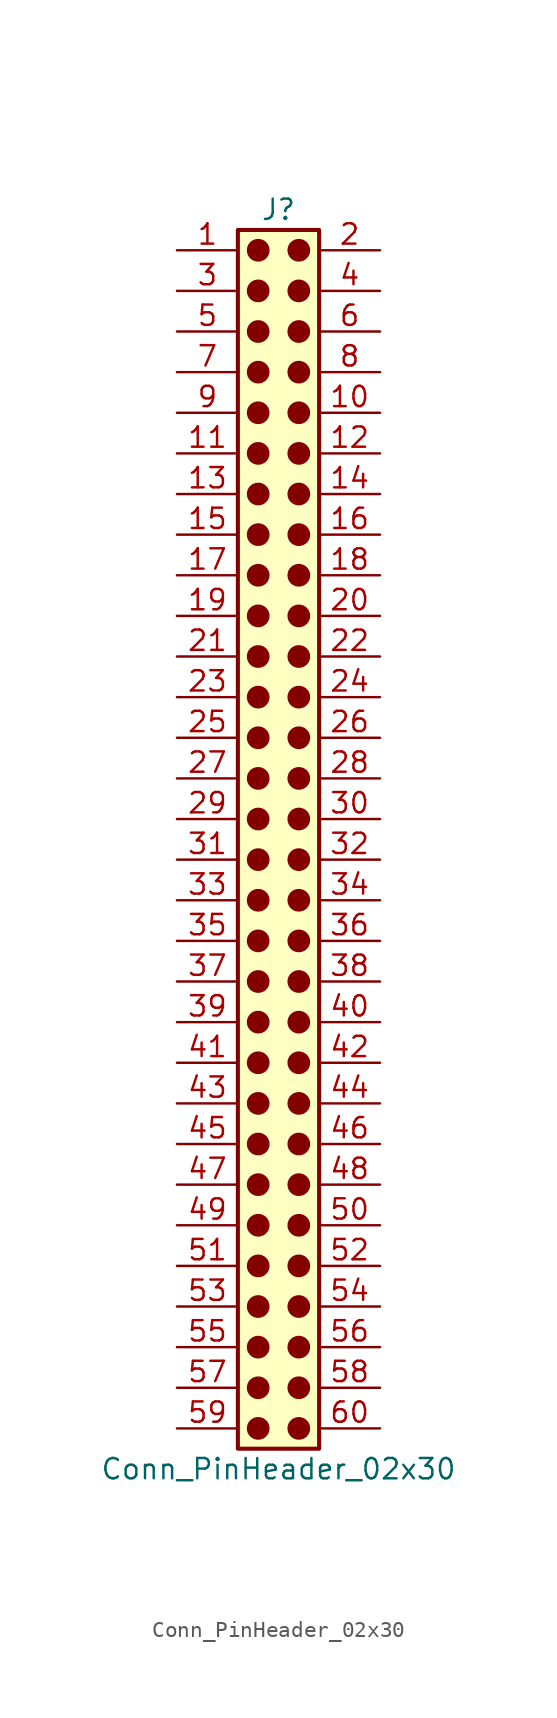
<source format=kicad_sym>
(kicad_symbol_lib
  (version 20241209)
  (generator "kicad_symbol_editor")
  (generator_version "9.0")
  (symbol "Conn_PinHeader_02x30"
    (pin_names
      (offset 1.016)
      (hide yes))
    (property "Reference" "J"
      (at 1.27 38.1 0)
      (effects (font (size 1.27 1.27))))
    (property "Value" "Conn_PinHeader_02x30"
      (at 1.27 -40.64 0)
      (effects (font (size 1.27 1.27))))
    (symbol "Conn_PinHeader_02x30_1_1"
      (rectangle (start -1.27 36.83) (end 3.81 -39.37) (stroke (width 0.254) (type default)) (fill (type background)))
      (circle (center 0 35.56) (radius 0.635) (stroke (width 0) (type solid) (color 132 0 0 1)) (fill (type outline)))
      (circle (center 0 33.02) (radius 0.635) (stroke (width 0) (type solid) (color 132 0 0 1)) (fill (type outline)))
      (circle (center 0 30.48) (radius 0.635) (stroke (width 0) (type solid) (color 132 0 0 1)) (fill (type outline)))
      (circle (center 0 27.94) (radius 0.635) (stroke (width 0) (type solid) (color 132 0 0 1)) (fill (type outline)))
      (circle (center 0 25.4) (radius 0.635) (stroke (width 0) (type solid) (color 132 0 0 1)) (fill (type outline)))
      (circle (center 0 22.86) (radius 0.635) (stroke (width 0) (type solid) (color 132 0 0 1)) (fill (type outline)))
      (circle (center 0 20.32) (radius 0.635) (stroke (width 0) (type solid) (color 132 0 0 1)) (fill (type outline)))
      (circle (center 0 17.78) (radius 0.635) (stroke (width 0) (type solid) (color 132 0 0 1)) (fill (type outline)))
      (circle (center 0 15.24) (radius 0.635) (stroke (width 0) (type solid) (color 132 0 0 1)) (fill (type outline)))
      (circle (center 0 12.7) (radius 0.635) (stroke (width 0) (type solid) (color 132 0 0 1)) (fill (type outline)))
      (circle (center 0 10.16) (radius 0.635) (stroke (width 0) (type solid) (color 132 0 0 1)) (fill (type outline)))
      (circle (center 0 7.62) (radius 0.635) (stroke (width 0) (type solid) (color 132 0 0 1)) (fill (type outline)))
      (circle (center 0 5.08) (radius 0.635) (stroke (width 0) (type solid) (color 132 0 0 1)) (fill (type outline)))
      (circle (center 0 2.54) (radius 0.635) (stroke (width 0) (type solid) (color 132 0 0 1)) (fill (type outline)))
      (circle (center 0 0) (radius 0.635) (stroke (width 0) (type solid) (color 132 0 0 1)) (fill (type outline)))
      (circle (center 0 -2.54) (radius 0.635) (stroke (width 0) (type solid) (color 132 0 0 1)) (fill (type outline)))
      (circle (center 0 -5.08) (radius 0.635) (stroke (width 0) (type solid) (color 132 0 0 1)) (fill (type outline)))
      (circle (center 0 -7.62) (radius 0.635) (stroke (width 0) (type solid) (color 132 0 0 1)) (fill (type outline)))
      (circle (center 0 -10.16) (radius 0.635) (stroke (width 0) (type solid) (color 132 0 0 1)) (fill (type outline)))
      (circle (center 0 -12.7) (radius 0.635) (stroke (width 0) (type solid) (color 132 0 0 1)) (fill (type outline)))
      (circle (center 0 -15.24) (radius 0.635) (stroke (width 0) (type solid) (color 132 0 0 1)) (fill (type outline)))
      (circle (center 0 -17.78) (radius 0.635) (stroke (width 0) (type solid) (color 132 0 0 1)) (fill (type outline)))
      (circle (center 0 -20.32) (radius 0.635) (stroke (width 0) (type solid) (color 132 0 0 1)) (fill (type outline)))
      (circle (center 0 -22.86) (radius 0.635) (stroke (width 0) (type solid) (color 132 0 0 1)) (fill (type outline)))
      (circle (center 0 -25.4) (radius 0.635) (stroke (width 0) (type solid) (color 132 0 0 1)) (fill (type outline)))
      (circle (center 0 -27.94) (radius 0.635) (stroke (width 0) (type solid) (color 132 0 0 1)) (fill (type outline)))
      (circle (center 0 -30.48) (radius 0.635) (stroke (width 0) (type solid) (color 132 0 0 1)) (fill (type outline)))
      (circle (center 0 -33.02) (radius 0.635) (stroke (width 0) (type solid) (color 132 0 0 1)) (fill (type outline)))
      (circle (center 0 -35.56) (radius 0.635) (stroke (width 0) (type solid) (color 132 0 0 1)) (fill (type outline)))
      (circle (center 0 -38.1) (radius 0.635) (stroke (width 0) (type solid) (color 132 0 0 1)) (fill (type outline)))
      (circle (center 2.54 35.56) (radius 0.635) (stroke (width 0) (type solid) (color 132 0 0 1)) (fill (type outline)))
      (circle (center 2.54 33.02) (radius 0.635) (stroke (width 0) (type solid) (color 132 0 0 1)) (fill (type outline)))
      (circle (center 2.54 30.48) (radius 0.635) (stroke (width 0) (type solid) (color 132 0 0 1)) (fill (type outline)))
      (circle (center 2.54 27.94) (radius 0.635) (stroke (width 0) (type solid) (color 132 0 0 1)) (fill (type outline)))
      (circle (center 2.54 25.4) (radius 0.635) (stroke (width 0) (type solid) (color 132 0 0 1)) (fill (type outline)))
      (circle (center 2.54 22.86) (radius 0.635) (stroke (width 0) (type solid) (color 132 0 0 1)) (fill (type outline)))
      (circle (center 2.54 20.32) (radius 0.635) (stroke (width 0) (type solid) (color 132 0 0 1)) (fill (type outline)))
      (circle (center 2.54 17.78) (radius 0.635) (stroke (width 0) (type solid) (color 132 0 0 1)) (fill (type outline)))
      (circle (center 2.54 15.24) (radius 0.635) (stroke (width 0) (type solid) (color 132 0 0 1)) (fill (type outline)))
      (circle (center 2.54 12.7) (radius 0.635) (stroke (width 0) (type solid) (color 132 0 0 1)) (fill (type outline)))
      (circle (center 2.54 10.16) (radius 0.635) (stroke (width 0) (type solid) (color 132 0 0 1)) (fill (type outline)))
      (circle (center 2.54 7.62) (radius 0.635) (stroke (width 0) (type solid) (color 132 0 0 1)) (fill (type outline)))
      (circle (center 2.54 5.08) (radius 0.635) (stroke (width 0) (type solid) (color 132 0 0 1)) (fill (type outline)))
      (circle (center 2.54 2.54) (radius 0.635) (stroke (width 0) (type solid) (color 132 0 0 1)) (fill (type outline)))
      (circle (center 2.54 0) (radius 0.635) (stroke (width 0) (type solid) (color 132 0 0 1)) (fill (type outline)))
      (circle (center 2.54 -2.54) (radius 0.635) (stroke (width 0) (type solid) (color 132 0 0 1)) (fill (type outline)))
      (circle (center 2.54 -5.08) (radius 0.635) (stroke (width 0) (type solid) (color 132 0 0 1)) (fill (type outline)))
      (circle (center 2.54 -7.62) (radius 0.635) (stroke (width 0) (type solid) (color 132 0 0 1)) (fill (type outline)))
      (circle (center 2.54 -10.16) (radius 0.635) (stroke (width 0) (type solid) (color 132 0 0 1)) (fill (type outline)))
      (circle (center 2.54 -12.7) (radius 0.635) (stroke (width 0) (type solid) (color 132 0 0 1)) (fill (type outline)))
      (circle (center 2.54 -15.24) (radius 0.635) (stroke (width 0) (type solid) (color 132 0 0 1)) (fill (type outline)))
      (circle (center 2.54 -17.78) (radius 0.635) (stroke (width 0) (type solid) (color 132 0 0 1)) (fill (type outline)))
      (circle (center 2.54 -20.32) (radius 0.635) (stroke (width 0) (type solid) (color 132 0 0 1)) (fill (type outline)))
      (circle (center 2.54 -22.86) (radius 0.635) (stroke (width 0) (type solid) (color 132 0 0 1)) (fill (type outline)))
      (circle (center 2.54 -25.4) (radius 0.635) (stroke (width 0) (type solid) (color 132 0 0 1)) (fill (type outline)))
      (circle (center 2.54 -27.94) (radius 0.635) (stroke (width 0) (type solid) (color 132 0 0 1)) (fill (type outline)))
      (circle (center 2.54 -30.48) (radius 0.635) (stroke (width 0) (type solid) (color 132 0 0 1)) (fill (type outline)))
      (circle (center 2.54 -33.02) (radius 0.635) (stroke (width 0) (type solid) (color 132 0 0 1)) (fill (type outline)))
      (circle (center 2.54 -35.56) (radius 0.635) (stroke (width 0) (type solid) (color 132 0 0 1)) (fill (type outline)))
      (circle (center 2.54 -38.1) (radius 0.635) (stroke (width 0) (type solid) (color 132 0 0 1)) (fill (type outline)))
      (pin passive line (at -5.08 35.56 0) (length 3.81) (name "Pin_1" (effects (font (size 1.27 1.27)))) (number "1" (effects (font (size 1.27 1.27)))))
      (pin passive line (at -5.08 33.02 0) (length 3.81) (name "Pin_3" (effects (font (size 1.27 1.27)))) (number "3" (effects (font (size 1.27 1.27)))))
      (pin passive line (at -5.08 30.48 0) (length 3.81) (name "Pin_5" (effects (font (size 1.27 1.27)))) (number "5" (effects (font (size 1.27 1.27)))))
      (pin passive line (at -5.08 27.94 0) (length 3.81) (name "Pin_7" (effects (font (size 1.27 1.27)))) (number "7" (effects (font (size 1.27 1.27)))))
      (pin passive line (at -5.08 25.4 0) (length 3.81) (name "Pin_9" (effects (font (size 1.27 1.27)))) (number "9" (effects (font (size 1.27 1.27)))))
      (pin passive line (at -5.08 22.86 0) (length 3.81) (name "Pin_11" (effects (font (size 1.27 1.27)))) (number "11" (effects (font (size 1.27 1.27)))))
      (pin passive line (at -5.08 20.32 0) (length 3.81) (name "Pin_13" (effects (font (size 1.27 1.27)))) (number "13" (effects (font (size 1.27 1.27)))))
      (pin passive line (at -5.08 17.78 0) (length 3.81) (name "Pin_15" (effects (font (size 1.27 1.27)))) (number "15" (effects (font (size 1.27 1.27)))))
      (pin passive line (at -5.08 15.24 0) (length 3.81) (name "Pin_17" (effects (font (size 1.27 1.27)))) (number "17" (effects (font (size 1.27 1.27)))))
      (pin passive line (at -5.08 12.7 0) (length 3.81) (name "Pin_19" (effects (font (size 1.27 1.27)))) (number "19" (effects (font (size 1.27 1.27)))))
      (pin passive line (at -5.08 10.16 0) (length 3.81) (name "Pin_21" (effects (font (size 1.27 1.27)))) (number "21" (effects (font (size 1.27 1.27)))))
      (pin passive line (at -5.08 7.62 0) (length 3.81) (name "Pin_23" (effects (font (size 1.27 1.27)))) (number "23" (effects (font (size 1.27 1.27)))))
      (pin passive line (at -5.08 5.08 0) (length 3.81) (name "Pin_25" (effects (font (size 1.27 1.27)))) (number "25" (effects (font (size 1.27 1.27)))))
      (pin passive line (at -5.08 2.54 0) (length 3.81) (name "Pin_27" (effects (font (size 1.27 1.27)))) (number "27" (effects (font (size 1.27 1.27)))))
      (pin passive line (at -5.08 0 0) (length 3.81) (name "Pin_29" (effects (font (size 1.27 1.27)))) (number "29" (effects (font (size 1.27 1.27)))))
      (pin passive line (at -5.08 -2.54 0) (length 3.81) (name "Pin_31" (effects (font (size 1.27 1.27)))) (number "31" (effects (font (size 1.27 1.27)))))
      (pin passive line (at -5.08 -5.08 0) (length 3.81) (name "Pin_33" (effects (font (size 1.27 1.27)))) (number "33" (effects (font (size 1.27 1.27)))))
      (pin passive line (at -5.08 -7.62 0) (length 3.81) (name "Pin_35" (effects (font (size 1.27 1.27)))) (number "35" (effects (font (size 1.27 1.27)))))
      (pin passive line (at -5.08 -10.16 0) (length 3.81) (name "Pin_37" (effects (font (size 1.27 1.27)))) (number "37" (effects (font (size 1.27 1.27)))))
      (pin passive line (at -5.08 -12.7 0) (length 3.81) (name "Pin_39" (effects (font (size 1.27 1.27)))) (number "39" (effects (font (size 1.27 1.27)))))
      (pin passive line (at -5.08 -15.24 0) (length 3.81) (name "Pin_41" (effects (font (size 1.27 1.27)))) (number "41" (effects (font (size 1.27 1.27)))))
      (pin passive line (at -5.08 -17.78 0) (length 3.81) (name "Pin_43" (effects (font (size 1.27 1.27)))) (number "43" (effects (font (size 1.27 1.27)))))
      (pin passive line (at -5.08 -20.32 0) (length 3.81) (name "Pin_45" (effects (font (size 1.27 1.27)))) (number "45" (effects (font (size 1.27 1.27)))))
      (pin passive line (at -5.08 -22.86 0) (length 3.81) (name "Pin_47" (effects (font (size 1.27 1.27)))) (number "47" (effects (font (size 1.27 1.27)))))
      (pin passive line (at -5.08 -25.4 0) (length 3.81) (name "Pin_49" (effects (font (size 1.27 1.27)))) (number "49" (effects (font (size 1.27 1.27)))))
      (pin passive line (at -5.08 -27.94 0) (length 3.81) (name "Pin_51" (effects (font (size 1.27 1.27)))) (number "51" (effects (font (size 1.27 1.27)))))
      (pin passive line (at -5.08 -30.48 0) (length 3.81) (name "Pin_53" (effects (font (size 1.27 1.27)))) (number "53" (effects (font (size 1.27 1.27)))))
      (pin passive line (at -5.08 -33.02 0) (length 3.81) (name "Pin_55" (effects (font (size 1.27 1.27)))) (number "55" (effects (font (size 1.27 1.27)))))
      (pin passive line (at -5.08 -35.56 0) (length 3.81) (name "Pin_57" (effects (font (size 1.27 1.27)))) (number "57" (effects (font (size 1.27 1.27)))))
      (pin passive line (at -5.08 -38.1 0) (length 3.81) (name "Pin_59" (effects (font (size 1.27 1.27)))) (number "59" (effects (font (size 1.27 1.27)))))
      (pin passive line (at 7.62 35.56 180) (length 3.81) (name "Pin_2" (effects (font (size 1.27 1.27)))) (number "2" (effects (font (size 1.27 1.27)))))
      (pin passive line (at 7.62 33.02 180) (length 3.81) (name "Pin_4" (effects (font (size 1.27 1.27)))) (number "4" (effects (font (size 1.27 1.27)))))
      (pin passive line (at 7.62 30.48 180) (length 3.81) (name "Pin_6" (effects (font (size 1.27 1.27)))) (number "6" (effects (font (size 1.27 1.27)))))
      (pin passive line (at 7.62 27.94 180) (length 3.81) (name "Pin_8" (effects (font (size 1.27 1.27)))) (number "8" (effects (font (size 1.27 1.27)))))
      (pin passive line (at 7.62 25.4 180) (length 3.81) (name "Pin_10" (effects (font (size 1.27 1.27)))) (number "10" (effects (font (size 1.27 1.27)))))
      (pin passive line (at 7.62 22.86 180) (length 3.81) (name "Pin_12" (effects (font (size 1.27 1.27)))) (number "12" (effects (font (size 1.27 1.27)))))
      (pin passive line (at 7.62 20.32 180) (length 3.81) (name "Pin_14" (effects (font (size 1.27 1.27)))) (number "14" (effects (font (size 1.27 1.27)))))
      (pin passive line (at 7.62 17.78 180) (length 3.81) (name "Pin_16" (effects (font (size 1.27 1.27)))) (number "16" (effects (font (size 1.27 1.27)))))
      (pin passive line (at 7.62 15.24 180) (length 3.81) (name "Pin_18" (effects (font (size 1.27 1.27)))) (number "18" (effects (font (size 1.27 1.27)))))
      (pin passive line (at 7.62 12.7 180) (length 3.81) (name "Pin_20" (effects (font (size 1.27 1.27)))) (number "20" (effects (font (size 1.27 1.27)))))
      (pin passive line (at 7.62 10.16 180) (length 3.81) (name "Pin_22" (effects (font (size 1.27 1.27)))) (number "22" (effects (font (size 1.27 1.27)))))
      (pin passive line (at 7.62 7.62 180) (length 3.81) (name "Pin_24" (effects (font (size 1.27 1.27)))) (number "24" (effects (font (size 1.27 1.27)))))
      (pin passive line (at 7.62 5.08 180) (length 3.81) (name "Pin_26" (effects (font (size 1.27 1.27)))) (number "26" (effects (font (size 1.27 1.27)))))
      (pin passive line (at 7.62 2.54 180) (length 3.81) (name "Pin_28" (effects (font (size 1.27 1.27)))) (number "28" (effects (font (size 1.27 1.27)))))
      (pin passive line (at 7.62 0 180) (length 3.81) (name "Pin_30" (effects (font (size 1.27 1.27)))) (number "30" (effects (font (size 1.27 1.27)))))
      (pin passive line (at 7.62 -2.54 180) (length 3.81) (name "Pin_32" (effects (font (size 1.27 1.27)))) (number "32" (effects (font (size 1.27 1.27)))))
      (pin passive line (at 7.62 -5.08 180) (length 3.81) (name "Pin_34" (effects (font (size 1.27 1.27)))) (number "34" (effects (font (size 1.27 1.27)))))
      (pin passive line (at 7.62 -7.62 180) (length 3.81) (name "Pin_36" (effects (font (size 1.27 1.27)))) (number "36" (effects (font (size 1.27 1.27)))))
      (pin passive line (at 7.62 -10.16 180) (length 3.81) (name "Pin_38" (effects (font (size 1.27 1.27)))) (number "38" (effects (font (size 1.27 1.27)))))
      (pin passive line (at 7.62 -12.7 180) (length 3.81) (name "Pin_40" (effects (font (size 1.27 1.27)))) (number "40" (effects (font (size 1.27 1.27)))))
      (pin passive line (at 7.62 -15.24 180) (length 3.81) (name "Pin_42" (effects (font (size 1.27 1.27)))) (number "42" (effects (font (size 1.27 1.27)))))
      (pin passive line (at 7.62 -17.78 180) (length 3.81) (name "Pin_44" (effects (font (size 1.27 1.27)))) (number "44" (effects (font (size 1.27 1.27)))))
      (pin passive line (at 7.62 -20.32 180) (length 3.81) (name "Pin_46" (effects (font (size 1.27 1.27)))) (number "46" (effects (font (size 1.27 1.27)))))
      (pin passive line (at 7.62 -22.86 180) (length 3.81) (name "Pin_48" (effects (font (size 1.27 1.27)))) (number "48" (effects (font (size 1.27 1.27)))))
      (pin passive line (at 7.62 -25.4 180) (length 3.81) (name "Pin_50" (effects (font (size 1.27 1.27)))) (number "50" (effects (font (size 1.27 1.27)))))
      (pin passive line (at 7.62 -27.94 180) (length 3.81) (name "Pin_52" (effects (font (size 1.27 1.27)))) (number "52" (effects (font (size 1.27 1.27)))))
      (pin passive line (at 7.62 -30.48 180) (length 3.81) (name "Pin_54" (effects (font (size 1.27 1.27)))) (number "54" (effects (font (size 1.27 1.27)))))
      (pin passive line (at 7.62 -33.02 180) (length 3.81) (name "Pin_56" (effects (font (size 1.27 1.27)))) (number "56" (effects (font (size 1.27 1.27)))))
      (pin passive line (at 7.62 -35.56 180) (length 3.81) (name "Pin_58" (effects (font (size 1.27 1.27)))) (number "58" (effects (font (size 1.27 1.27)))))
      (pin passive line (at 7.62 -38.1 180) (length 3.81) (name "Pin_60" (effects (font (size 1.27 1.27)))) (number "60" (effects (font (size 1.27 1.27))))))))
</source>
